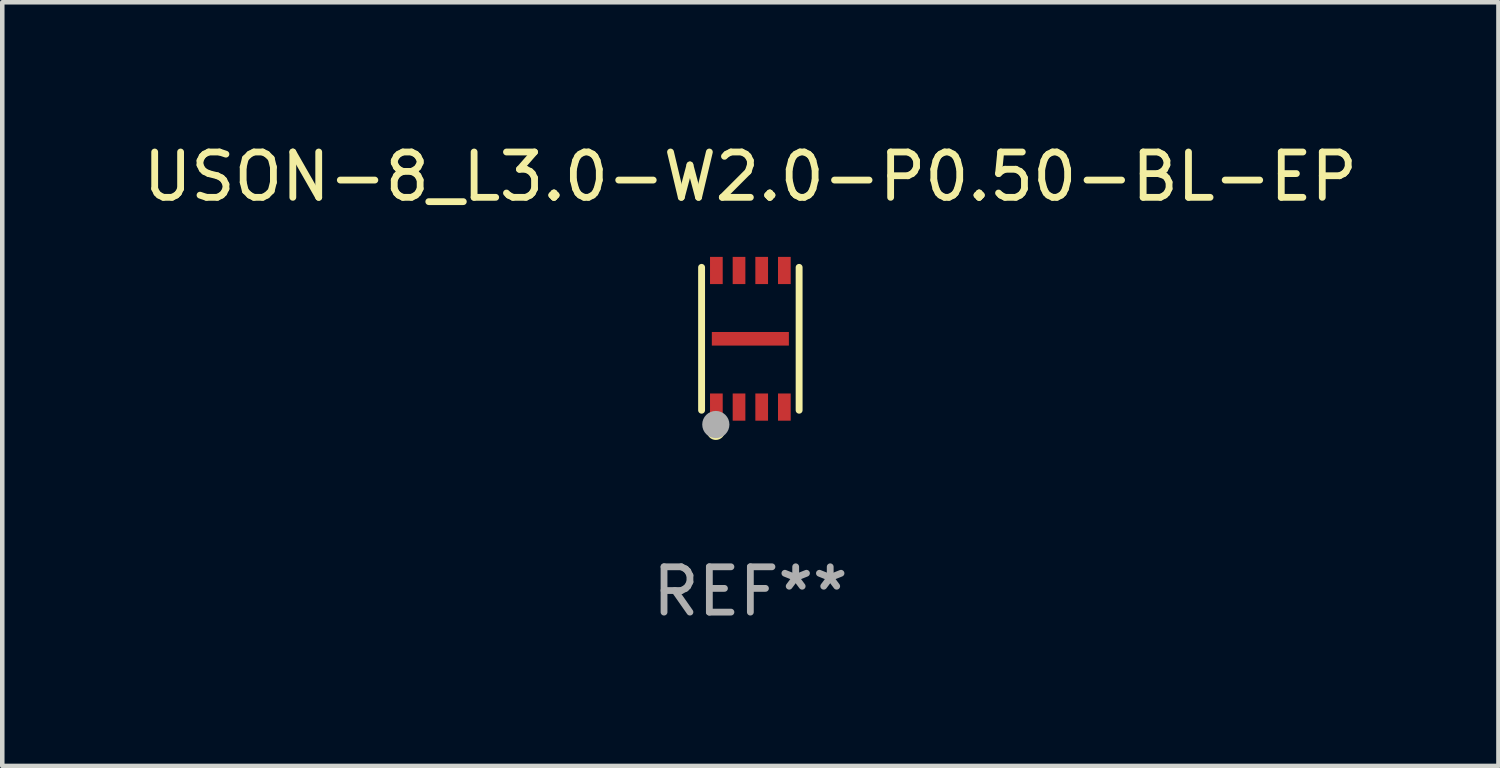
<source format=kicad_pcb>
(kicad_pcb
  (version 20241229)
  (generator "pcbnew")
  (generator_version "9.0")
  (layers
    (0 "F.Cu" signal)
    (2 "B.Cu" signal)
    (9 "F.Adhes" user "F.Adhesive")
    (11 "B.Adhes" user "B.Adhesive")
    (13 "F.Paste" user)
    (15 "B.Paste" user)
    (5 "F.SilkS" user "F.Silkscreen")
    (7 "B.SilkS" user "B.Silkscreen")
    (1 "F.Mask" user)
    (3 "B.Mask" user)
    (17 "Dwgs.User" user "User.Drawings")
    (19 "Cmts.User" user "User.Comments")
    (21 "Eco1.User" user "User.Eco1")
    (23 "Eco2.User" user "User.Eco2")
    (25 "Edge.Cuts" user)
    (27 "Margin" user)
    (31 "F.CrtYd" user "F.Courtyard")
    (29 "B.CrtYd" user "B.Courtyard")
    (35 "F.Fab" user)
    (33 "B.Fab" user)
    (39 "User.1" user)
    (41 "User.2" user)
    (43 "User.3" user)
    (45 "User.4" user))
  (footprint "USON-8_L3.0-W2.0-P0.50-BL-EP"
    (layer "F.Cu")
    (at 13.506 4.425)
    (property "Reference" "USON-8_L3.0-W2.0-P0.50-BL-EP" (at 0.000089 -3.576 0) (layer "F.SilkS") (effects (font (size 1 1) (thickness 0.15))))
    (attr through_hole)
    (fp_line (start -1.076 -1.576) (end -1.076 1.576) (stroke (width 0.152) (type solid)) (layer "F.SilkS"))
    (fp_line (start 1.076 1.576) (end 1.076 -1.576) (stroke (width 0.152) (type solid)) (layer "F.SilkS"))
    (fp_circle (center -0.762 2.032) (end -0.662 2.032) (stroke (width 0.2) (type solid)) (fill no) (layer "F.SilkS"))
    (fp_circle (center -0.762 1.892) (end -0.612 1.892) (stroke (width 0.3) (type solid)) (fill no) (layer "F.Fab"))
    (fp_text user "REF**" (at 0.000089 5.576 0) (layer "F.Fab") (effects (font (size 1 1) (thickness 0.15))))
    (pad "1" smd rect (at -0.75 1.507 270) (size 0.6 0.28) (layers "F.Cu" "F.Mask" "F.Paste"))
    (pad "2" smd rect (at -0.25 1.507 270) (size 0.6 0.28) (layers "F.Cu" "F.Mask" "F.Paste"))
    (pad "3" smd rect (at 0.25 1.507 270) (size 0.6 0.28) (layers "F.Cu" "F.Mask" "F.Paste"))
    (pad "4" smd rect (at 0.75 1.507 270) (size 0.6 0.28) (layers "F.Cu" "F.Mask" "F.Paste"))
    (pad "5" smd rect (at 0.75 -1.507 270) (size 0.6 0.28) (layers "F.Cu" "F.Mask" "F.Paste"))
    (pad "6" smd rect (at 0.25 -1.507 270) (size 0.6 0.28) (layers "F.Cu" "F.Mask" "F.Paste"))
    (pad "7" smd rect (at -0.25 -1.507 270) (size 0.6 0.28) (layers "F.Cu" "F.Mask" "F.Paste"))
    (pad "8" smd rect (at -0.75 -1.507 270) (size 0.6 0.28) (layers "F.Cu" "F.Mask" "F.Paste"))
    (pad "9" smd rect (at 0 0 90) (size 0.3 1.7) (layers "F.Cu" "F.Mask" "F.Paste")))
  (gr_rect
    (start -3 -3)
    (end 30.012 13.849)
    (stroke (width 0.1) (type default))
    (fill no)
    (layer "Edge.Cuts")))
</source>
